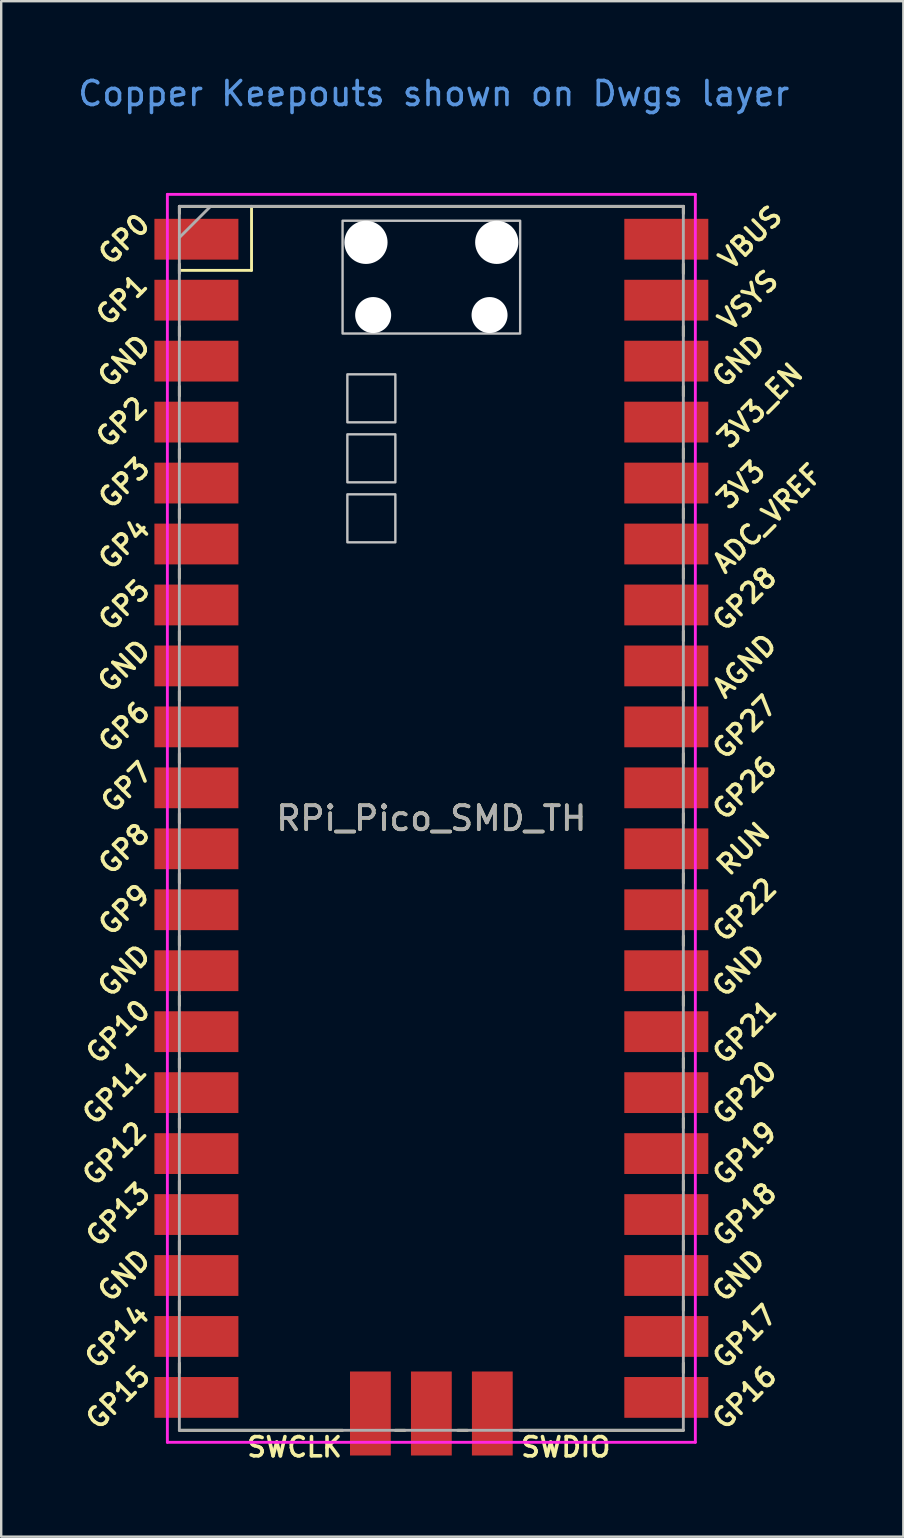
<source format=kicad_pcb>
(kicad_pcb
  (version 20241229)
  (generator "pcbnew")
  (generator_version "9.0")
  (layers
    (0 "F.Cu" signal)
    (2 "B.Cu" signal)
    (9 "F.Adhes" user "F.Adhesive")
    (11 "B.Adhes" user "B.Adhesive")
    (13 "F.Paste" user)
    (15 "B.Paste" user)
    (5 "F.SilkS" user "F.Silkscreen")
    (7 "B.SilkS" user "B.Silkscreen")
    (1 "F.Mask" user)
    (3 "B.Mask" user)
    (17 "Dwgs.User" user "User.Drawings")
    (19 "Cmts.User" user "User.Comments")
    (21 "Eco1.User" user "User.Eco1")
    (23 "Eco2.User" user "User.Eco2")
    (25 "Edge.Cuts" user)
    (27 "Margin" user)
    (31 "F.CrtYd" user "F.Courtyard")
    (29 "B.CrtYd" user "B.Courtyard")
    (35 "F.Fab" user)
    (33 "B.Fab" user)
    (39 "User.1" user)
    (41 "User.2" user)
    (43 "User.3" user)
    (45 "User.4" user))
  (footprint "RPi_Pico_SMD_TH"
    (layer "F.Cu")
    (at 14.924 31.048)
    (property "Reference" "RPi_Pico_SMD_TH" (at 0 0 0) (layer "F.SilkS") (effects (font (size 1 1) (thickness 0.15))))
    (attr through_hole)
    (fp_line (start -10.5 -25.5) (end -10.5 -25.2) (stroke (width 0.12) (type solid)) (layer "F.SilkS"))
    (fp_line (start -10.5 -25.5) (end 10.5 -25.5) (stroke (width 0.12) (type solid)) (layer "F.SilkS"))
    (fp_line (start -10.5 -23.1) (end -10.5 -22.7) (stroke (width 0.12) (type solid)) (layer "F.SilkS"))
    (fp_line (start -10.5 -22.833) (end -7.493 -22.833) (stroke (width 0.12) (type solid)) (layer "F.SilkS"))
    (fp_line (start -10.5 -20.5) (end -10.5 -20.1) (stroke (width 0.12) (type solid)) (layer "F.SilkS"))
    (fp_line (start -10.5 -18) (end -10.5 -17.6) (stroke (width 0.12) (type solid)) (layer "F.SilkS"))
    (fp_line (start -10.5 -15.4) (end -10.5 -15) (stroke (width 0.12) (type solid)) (layer "F.SilkS"))
    (fp_line (start -10.5 -12.9) (end -10.5 -12.5) (stroke (width 0.12) (type solid)) (layer "F.SilkS"))
    (fp_line (start -10.5 -10.4) (end -10.5 -10) (stroke (width 0.12) (type solid)) (layer "F.SilkS"))
    (fp_line (start -10.5 -7.8) (end -10.5 -7.4) (stroke (width 0.12) (type solid)) (layer "F.SilkS"))
    (fp_line (start -10.5 -5.3) (end -10.5 -4.9) (stroke (width 0.12) (type solid)) (layer "F.SilkS"))
    (fp_line (start -10.5 -2.7) (end -10.5 -2.3) (stroke (width 0.12) (type solid)) (layer "F.SilkS"))
    (fp_line (start -10.5 -0.2) (end -10.5 0.2) (stroke (width 0.12) (type solid)) (layer "F.SilkS"))
    (fp_line (start -10.5 2.3) (end -10.5 2.7) (stroke (width 0.12) (type solid)) (layer "F.SilkS"))
    (fp_line (start -10.5 4.9) (end -10.5 5.3) (stroke (width 0.12) (type solid)) (layer "F.SilkS"))
    (fp_line (start -10.5 7.4) (end -10.5 7.8) (stroke (width 0.12) (type solid)) (layer "F.SilkS"))
    (fp_line (start -10.5 10) (end -10.5 10.4) (stroke (width 0.12) (type solid)) (layer "F.SilkS"))
    (fp_line (start -10.5 12.5) (end -10.5 12.9) (stroke (width 0.12) (type solid)) (layer "F.SilkS"))
    (fp_line (start -10.5 15.1) (end -10.5 15.5) (stroke (width 0.12) (type solid)) (layer "F.SilkS"))
    (fp_line (start -10.5 17.6) (end -10.5 18) (stroke (width 0.12) (type solid)) (layer "F.SilkS"))
    (fp_line (start -10.5 20.1) (end -10.5 20.5) (stroke (width 0.12) (type solid)) (layer "F.SilkS"))
    (fp_line (start -10.5 22.7) (end -10.5 23.1) (stroke (width 0.12) (type solid)) (layer "F.SilkS"))
    (fp_line (start -7.493 -22.833) (end -7.493 -25.5) (stroke (width 0.12) (type solid)) (layer "F.SilkS"))
    (fp_line (start -3.7 25.5) (end -10.5 25.5) (stroke (width 0.12) (type solid)) (layer "F.SilkS"))
    (fp_line (start -1.5 25.5) (end -1.1 25.5) (stroke (width 0.12) (type solid)) (layer "F.SilkS"))
    (fp_line (start 1.1 25.5) (end 1.5 25.5) (stroke (width 0.12) (type solid)) (layer "F.SilkS"))
    (fp_line (start 10.5 -25.5) (end 10.5 -25.2) (stroke (width 0.12) (type solid)) (layer "F.SilkS"))
    (fp_line (start 10.5 -23.1) (end 10.5 -22.7) (stroke (width 0.12) (type solid)) (layer "F.SilkS"))
    (fp_line (start 10.5 -20.5) (end 10.5 -20.1) (stroke (width 0.12) (type solid)) (layer "F.SilkS"))
    (fp_line (start 10.5 -18) (end 10.5 -17.6) (stroke (width 0.12) (type solid)) (layer "F.SilkS"))
    (fp_line (start 10.5 -15.4) (end 10.5 -15) (stroke (width 0.12) (type solid)) (layer "F.SilkS"))
    (fp_line (start 10.5 -12.9) (end 10.5 -12.5) (stroke (width 0.12) (type solid)) (layer "F.SilkS"))
    (fp_line (start 10.5 -10.4) (end 10.5 -10) (stroke (width 0.12) (type solid)) (layer "F.SilkS"))
    (fp_line (start 10.5 -7.8) (end 10.5 -7.4) (stroke (width 0.12) (type solid)) (layer "F.SilkS"))
    (fp_line (start 10.5 -5.3) (end 10.5 -4.9) (stroke (width 0.12) (type solid)) (layer "F.SilkS"))
    (fp_line (start 10.5 -2.7) (end 10.5 -2.3) (stroke (width 0.12) (type solid)) (layer "F.SilkS"))
    (fp_line (start 10.5 -0.2) (end 10.5 0.2) (stroke (width 0.12) (type solid)) (layer "F.SilkS"))
    (fp_line (start 10.5 2.3) (end 10.5 2.7) (stroke (width 0.12) (type solid)) (layer "F.SilkS"))
    (fp_line (start 10.5 4.9) (end 10.5 5.3) (stroke (width 0.12) (type solid)) (layer "F.SilkS"))
    (fp_line (start 10.5 7.4) (end 10.5 7.8) (stroke (width 0.12) (type solid)) (layer "F.SilkS"))
    (fp_line (start 10.5 10) (end 10.5 10.4) (stroke (width 0.12) (type solid)) (layer "F.SilkS"))
    (fp_line (start 10.5 12.5) (end 10.5 12.9) (stroke (width 0.12) (type solid)) (layer "F.SilkS"))
    (fp_line (start 10.5 15.1) (end 10.5 15.5) (stroke (width 0.12) (type solid)) (layer "F.SilkS"))
    (fp_line (start 10.5 17.6) (end 10.5 18) (stroke (width 0.12) (type solid)) (layer "F.SilkS"))
    (fp_line (start 10.5 20.1) (end 10.5 20.5) (stroke (width 0.12) (type solid)) (layer "F.SilkS"))
    (fp_line (start 10.5 22.7) (end 10.5 23.1) (stroke (width 0.12) (type solid)) (layer "F.SilkS"))
    (fp_line (start 10.5 25.5) (end 3.7 25.5) (stroke (width 0.12) (type solid)) (layer "F.SilkS"))
    (fp_poly (pts (xy -1.5 -16.5) (xy -3.5 -16.5) (xy -3.5 -18.5) (xy -1.5 -18.5)) (stroke (width 0.1) (type solid)) (fill no) (layer "Dwgs.User"))
    (fp_poly (pts (xy -1.5 -14) (xy -3.5 -14) (xy -3.5 -16) (xy -1.5 -16)) (stroke (width 0.1) (type solid)) (fill no) (layer "Dwgs.User"))
    (fp_poly (pts (xy -1.5 -11.5) (xy -3.5 -11.5) (xy -3.5 -13.5) (xy -1.5 -13.5)) (stroke (width 0.1) (type solid)) (fill no) (layer "Dwgs.User"))
    (fp_poly (pts (xy 3.7 -20.2) (xy -3.7 -20.2) (xy -3.7 -24.9) (xy 3.7 -24.9)) (stroke (width 0.1) (type solid)) (fill no) (layer "Dwgs.User"))
    (fp_line (start -11 -26) (end 11 -26) (stroke (width 0.12) (type solid)) (layer "F.CrtYd"))
    (fp_line (start -11 26) (end -11 -26) (stroke (width 0.12) (type solid)) (layer "F.CrtYd"))
    (fp_line (start 11 -26) (end 11 26) (stroke (width 0.12) (type solid)) (layer "F.CrtYd"))
    (fp_line (start 11 26) (end -11 26) (stroke (width 0.12) (type solid)) (layer "F.CrtYd"))
    (fp_line (start -10.5 -25.5) (end 10.5 -25.5) (stroke (width 0.12) (type solid)) (layer "F.Fab"))
    (fp_line (start -10.5 -24.2) (end -9.2 -25.5) (stroke (width 0.12) (type solid)) (layer "F.Fab"))
    (fp_line (start -10.5 25.5) (end -10.5 -25.5) (stroke (width 0.12) (type solid)) (layer "F.Fab"))
    (fp_line (start 10.5 -25.5) (end 10.5 25.5) (stroke (width 0.12) (type solid)) (layer "F.Fab"))
    (fp_line (start 10.5 25.5) (end -10.5 25.5) (stroke (width 0.12) (type solid)) (layer "F.Fab"))
    (fp_text user "GP12" (at -13.2 13.97 45) (layer "F.SilkS") (effects (font (size 0.8 0.8) (thickness 0.15))))
    (fp_text user "GND" (at 12.8 19.05 45) (layer "F.SilkS") (effects (font (size 0.8 0.8) (thickness 0.15))))
    (fp_text user "GND" (at -12.8 6.35 45) (layer "F.SilkS") (effects (font (size 0.8 0.8) (thickness 0.15))))
    (fp_text user "GND" (at -12.8 -6.35 45) (layer "F.SilkS") (effects (font (size 0.8 0.8) (thickness 0.15))))
    (fp_text user "SWCLK" (at -5.7 26.2 0) (layer "F.SilkS") (effects (font (size 0.8 0.8) (thickness 0.15))))
    (fp_text user "RUN" (at 13 1.27 45) (layer "F.SilkS") (effects (font (size 0.8 0.8) (thickness 0.15))))
    (fp_text user "GND" (at 12.8 6.35 45) (layer "F.SilkS") (effects (font (size 0.8 0.8) (thickness 0.15))))
    (fp_text user "GP11" (at -13.2 11.43 45) (layer "F.SilkS") (effects (font (size 0.8 0.8) (thickness 0.15))))
    (fp_text user "GP26" (at 13.054 -1.27 45) (layer "F.SilkS") (effects (font (size 0.8 0.8) (thickness 0.15))))
    (fp_text user "GP28" (at 13.054 -9.144 45) (layer "F.SilkS") (effects (font (size 0.8 0.8) (thickness 0.15))))
    (fp_text user "GP7" (at -12.7 -1.3 45) (layer "F.SilkS") (effects (font (size 0.8 0.8) (thickness 0.15))))
    (fp_text user "GP8" (at -12.8 1.27 45) (layer "F.SilkS") (effects (font (size 0.8 0.8) (thickness 0.15))))
    (fp_text user "GP3" (at -12.8 -13.97 45) (layer "F.SilkS") (effects (font (size 0.8 0.8) (thickness 0.15))))
    (fp_text user "GP17" (at 13.054 21.59 45) (layer "F.SilkS") (effects (font (size 0.8 0.8) (thickness 0.15))))
    (fp_text user "GP2" (at -12.9 -16.51 45) (layer "F.SilkS") (effects (font (size 0.8 0.8) (thickness 0.15))))
    (fp_text user "GND" (at 12.8 -19.05 45) (layer "F.SilkS") (effects (font (size 0.8 0.8) (thickness 0.15))))
    (fp_text user "GP27" (at 13.054 -3.8 45) (layer "F.SilkS") (effects (font (size 0.8 0.8) (thickness 0.15))))
    (fp_text user "SWDIO" (at 5.6 26.2 0) (layer "F.SilkS") (effects (font (size 0.8 0.8) (thickness 0.15))))
    (fp_text user "3V3_EN" (at 13.7 -17.2 45) (layer "F.SilkS") (effects (font (size 0.8 0.8) (thickness 0.15))))
    (fp_text user "GP19" (at 13.054 13.97 45) (layer "F.SilkS") (effects (font (size 0.8 0.8) (thickness 0.15))))
    (fp_text user "GP10" (at -13.054 8.89 45) (layer "F.SilkS") (effects (font (size 0.8 0.8) (thickness 0.15))))
    (fp_text user "GP13" (at -13.054 16.51 45) (layer "F.SilkS") (effects (font (size 0.8 0.8) (thickness 0.15))))
    (fp_text user "AGND" (at 13.054 -6.35 45) (layer "F.SilkS") (effects (font (size 0.8 0.8) (thickness 0.15))))
    (fp_text user "GP1" (at -12.9 -21.6 45) (layer "F.SilkS") (effects (font (size 0.8 0.8) (thickness 0.15))))
    (fp_text user "ADC_VREF" (at 14 -12.5 45) (layer "F.SilkS") (effects (font (size 0.8 0.8) (thickness 0.15))))
    (fp_text user "GP20" (at 13.054 11.43 45) (layer "F.SilkS") (effects (font (size 0.8 0.8) (thickness 0.15))))
    (fp_text user "GP14" (at -13.1 21.59 45) (layer "F.SilkS") (effects (font (size 0.8 0.8) (thickness 0.15))))
    (fp_text user "GP0" (at -12.8 -24.13 45) (layer "F.SilkS") (effects (font (size 0.8 0.8) (thickness 0.15))))
    (fp_text user "GP16" (at 13.054 24.13 45) (layer "F.SilkS") (effects (font (size 0.8 0.8) (thickness 0.15))))
    (fp_text user "GP15" (at -13.054 24.13 45) (layer "F.SilkS") (effects (font (size 0.8 0.8) (thickness 0.15))))
    (fp_text user "VSYS" (at 13.2 -21.59 45) (layer "F.SilkS") (effects (font (size 0.8 0.8) (thickness 0.15))))
    (fp_text user "3V3" (at 12.9 -13.9 45) (layer "F.SilkS") (effects (font (size 0.8 0.8) (thickness 0.15))))
    (fp_text user "GP22" (at 13.054 3.81 45) (layer "F.SilkS") (effects (font (size 0.8 0.8) (thickness 0.15))))
    (fp_text user "VBUS" (at 13.3 -24.2 45) (layer "F.SilkS") (effects (font (size 0.8 0.8) (thickness 0.15))))
    (fp_text user "GP9" (at -12.8 3.81 45) (layer "F.SilkS") (effects (font (size 0.8 0.8) (thickness 0.15))))
    (fp_text user "GP4" (at -12.8 -11.43 45) (layer "F.SilkS") (effects (font (size 0.8 0.8) (thickness 0.15))))
    (fp_text user "GP18" (at 13.054 16.51 45) (layer "F.SilkS") (effects (font (size 0.8 0.8) (thickness 0.15))))
    (fp_text user "GP5" (at -12.8 -8.89 45) (layer "F.SilkS") (effects (font (size 0.8 0.8) (thickness 0.15))))
    (fp_text user "GND" (at -12.8 19.05 45) (layer "F.SilkS") (effects (font (size 0.8 0.8) (thickness 0.15))))
    (fp_text user "GP21" (at 13.054 8.9 45) (layer "F.SilkS") (effects (font (size 0.8 0.8) (thickness 0.15))))
    (fp_text user "GND" (at -12.8 -19.05 45) (layer "F.SilkS") (effects (font (size 0.8 0.8) (thickness 0.15))))
    (fp_text user "GP6" (at -12.8 -3.81 45) (layer "F.SilkS") (effects (font (size 0.8 0.8) (thickness 0.15))))
    (fp_text user "Copper Keepouts shown on Dwgs layer" (at 0.1 -30.2 0) (layer "Cmts.User") (effects (font (size 1 1) (thickness 0.15))))
    (fp_text user "${REFERENCE}" (at 0 0 180) (layer "F.Fab") (effects (font (size 1 1) (thickness 0.15))))
    (pad "" np_thru_hole oval (at -2.725 -24) (size 1.8 1.8) (drill 1.8) (layers "*.Cu" "*.Mask"))
    (pad "" np_thru_hole oval (at -2.425 -20.97) (size 1.5 1.5) (drill 1.5) (layers "*.Cu" "*.Mask"))
    (pad "" np_thru_hole oval (at 2.425 -20.97) (size 1.5 1.5) (drill 1.5) (layers "*.Cu" "*.Mask"))
    (pad "" np_thru_hole oval (at 2.725 -24) (size 1.8 1.8) (drill 1.8) (layers "*.Cu" "*.Mask"))
    (pad "1" smd rect (at -8.89 -24.13) (size 3.5 1.7) (drill (offset -0.9 0)) (layers "F.Cu" "F.Mask"))
    (pad "2" smd rect (at -8.89 -21.59) (size 3.5 1.7) (drill (offset -0.9 0)) (layers "F.Cu" "F.Mask"))
    (pad "3" smd rect (at -8.89 -19.05) (size 3.5 1.7) (drill (offset -0.9 0)) (layers "F.Cu" "F.Mask"))
    (pad "4" smd rect (at -8.89 -16.51) (size 3.5 1.7) (drill (offset -0.9 0)) (layers "F.Cu" "F.Mask"))
    (pad "5" smd rect (at -8.89 -13.97) (size 3.5 1.7) (drill (offset -0.9 0)) (layers "F.Cu" "F.Mask"))
    (pad "6" smd rect (at -8.89 -11.43) (size 3.5 1.7) (drill (offset -0.9 0)) (layers "F.Cu" "F.Mask"))
    (pad "7" smd rect (at -8.89 -8.89) (size 3.5 1.7) (drill (offset -0.9 0)) (layers "F.Cu" "F.Mask"))
    (pad "8" smd rect (at -8.89 -6.35) (size 3.5 1.7) (drill (offset -0.9 0)) (layers "F.Cu" "F.Mask"))
    (pad "9" smd rect (at -8.89 -3.81) (size 3.5 1.7) (drill (offset -0.9 0)) (layers "F.Cu" "F.Mask"))
    (pad "10" smd rect (at -8.89 -1.27) (size 3.5 1.7) (drill (offset -0.9 0)) (layers "F.Cu" "F.Mask"))
    (pad "11" smd rect (at -8.89 1.27) (size 3.5 1.7) (drill (offset -0.9 0)) (layers "F.Cu" "F.Mask"))
    (pad "12" smd rect (at -8.89 3.81) (size 3.5 1.7) (drill (offset -0.9 0)) (layers "F.Cu" "F.Mask"))
    (pad "13" smd rect (at -8.89 6.35) (size 3.5 1.7) (drill (offset -0.9 0)) (layers "F.Cu" "F.Mask"))
    (pad "14" smd rect (at -8.89 8.89) (size 3.5 1.7) (drill (offset -0.9 0)) (layers "F.Cu" "F.Mask"))
    (pad "15" smd rect (at -8.89 11.43) (size 3.5 1.7) (drill (offset -0.9 0)) (layers "F.Cu" "F.Mask"))
    (pad "16" smd rect (at -8.89 13.97) (size 3.5 1.7) (drill (offset -0.9 0)) (layers "F.Cu" "F.Mask"))
    (pad "17" smd rect (at -8.89 16.51) (size 3.5 1.7) (drill (offset -0.9 0)) (layers "F.Cu" "F.Mask"))
    (pad "18" smd rect (at -8.89 19.05) (size 3.5 1.7) (drill (offset -0.9 0)) (layers "F.Cu" "F.Mask"))
    (pad "19" smd rect (at -8.89 21.59) (size 3.5 1.7) (drill (offset -0.9 0)) (layers "F.Cu" "F.Mask"))
    (pad "20" smd rect (at -8.89 24.13) (size 3.5 1.7) (drill (offset -0.9 0)) (layers "F.Cu" "F.Mask"))
    (pad "21" smd rect (at 8.89 24.13) (size 3.5 1.7) (drill (offset 0.9 0)) (layers "F.Cu" "F.Mask"))
    (pad "22" smd rect (at 8.89 21.59) (size 3.5 1.7) (drill (offset 0.9 0)) (layers "F.Cu" "F.Mask"))
    (pad "23" smd rect (at 8.89 19.05) (size 3.5 1.7) (drill (offset 0.9 0)) (layers "F.Cu" "F.Mask"))
    (pad "24" smd rect (at 8.89 16.51) (size 3.5 1.7) (drill (offset 0.9 0)) (layers "F.Cu" "F.Mask"))
    (pad "25" smd rect (at 8.89 13.97) (size 3.5 1.7) (drill (offset 0.9 0)) (layers "F.Cu" "F.Mask"))
    (pad "26" smd rect (at 8.89 11.43) (size 3.5 1.7) (drill (offset 0.9 0)) (layers "F.Cu" "F.Mask"))
    (pad "27" smd rect (at 8.89 8.89) (size 3.5 1.7) (drill (offset 0.9 0)) (layers "F.Cu" "F.Mask"))
    (pad "28" smd rect (at 8.89 6.35) (size 3.5 1.7) (drill (offset 0.9 0)) (layers "F.Cu" "F.Mask"))
    (pad "29" smd rect (at 8.89 3.81) (size 3.5 1.7) (drill (offset 0.9 0)) (layers "F.Cu" "F.Mask"))
    (pad "30" smd rect (at 8.89 1.27) (size 3.5 1.7) (drill (offset 0.9 0)) (layers "F.Cu" "F.Mask"))
    (pad "31" smd rect (at 8.89 -1.27) (size 3.5 1.7) (drill (offset 0.9 0)) (layers "F.Cu" "F.Mask"))
    (pad "32" smd rect (at 8.89 -3.81) (size 3.5 1.7) (drill (offset 0.9 0)) (layers "F.Cu" "F.Mask"))
    (pad "33" smd rect (at 8.89 -6.35) (size 3.5 1.7) (drill (offset 0.9 0)) (layers "F.Cu" "F.Mask"))
    (pad "34" smd rect (at 8.89 -8.89) (size 3.5 1.7) (drill (offset 0.9 0)) (layers "F.Cu" "F.Mask"))
    (pad "35" smd rect (at 8.89 -11.43) (size 3.5 1.7) (drill (offset 0.9 0)) (layers "F.Cu" "F.Mask"))
    (pad "36" smd rect (at 8.89 -13.97) (size 3.5 1.7) (drill (offset 0.9 0)) (layers "F.Cu" "F.Mask"))
    (pad "37" smd rect (at 8.89 -16.51) (size 3.5 1.7) (drill (offset 0.9 0)) (layers "F.Cu" "F.Mask"))
    (pad "38" smd rect (at 8.89 -19.05) (size 3.5 1.7) (drill (offset 0.9 0)) (layers "F.Cu" "F.Mask"))
    (pad "39" smd rect (at 8.89 -21.59) (size 3.5 1.7) (drill (offset 0.9 0)) (layers "F.Cu" "F.Mask"))
    (pad "40" smd rect (at 8.89 -24.13) (size 3.5 1.7) (drill (offset 0.9 0)) (layers "F.Cu" "F.Mask"))
    (pad "41" smd rect (at -2.54 23.9 90) (size 3.5 1.7) (drill (offset -0.9 0)) (layers "F.Cu" "F.Mask"))
    (pad "42" smd rect (at 0 23.9 90) (size 3.5 1.7) (drill (offset -0.9 0)) (layers "F.Cu" "F.Mask"))
    (pad "43" smd rect (at 2.54 23.9 90) (size 3.5 1.7) (drill (offset -0.9 0)) (layers "F.Cu" "F.Mask")))
  (gr_rect
    (start -3 -3)
    (end 34.591 60.98)
    (stroke (width 0.1) (type default))
    (fill no)
    (layer "Edge.Cuts")))
</source>
